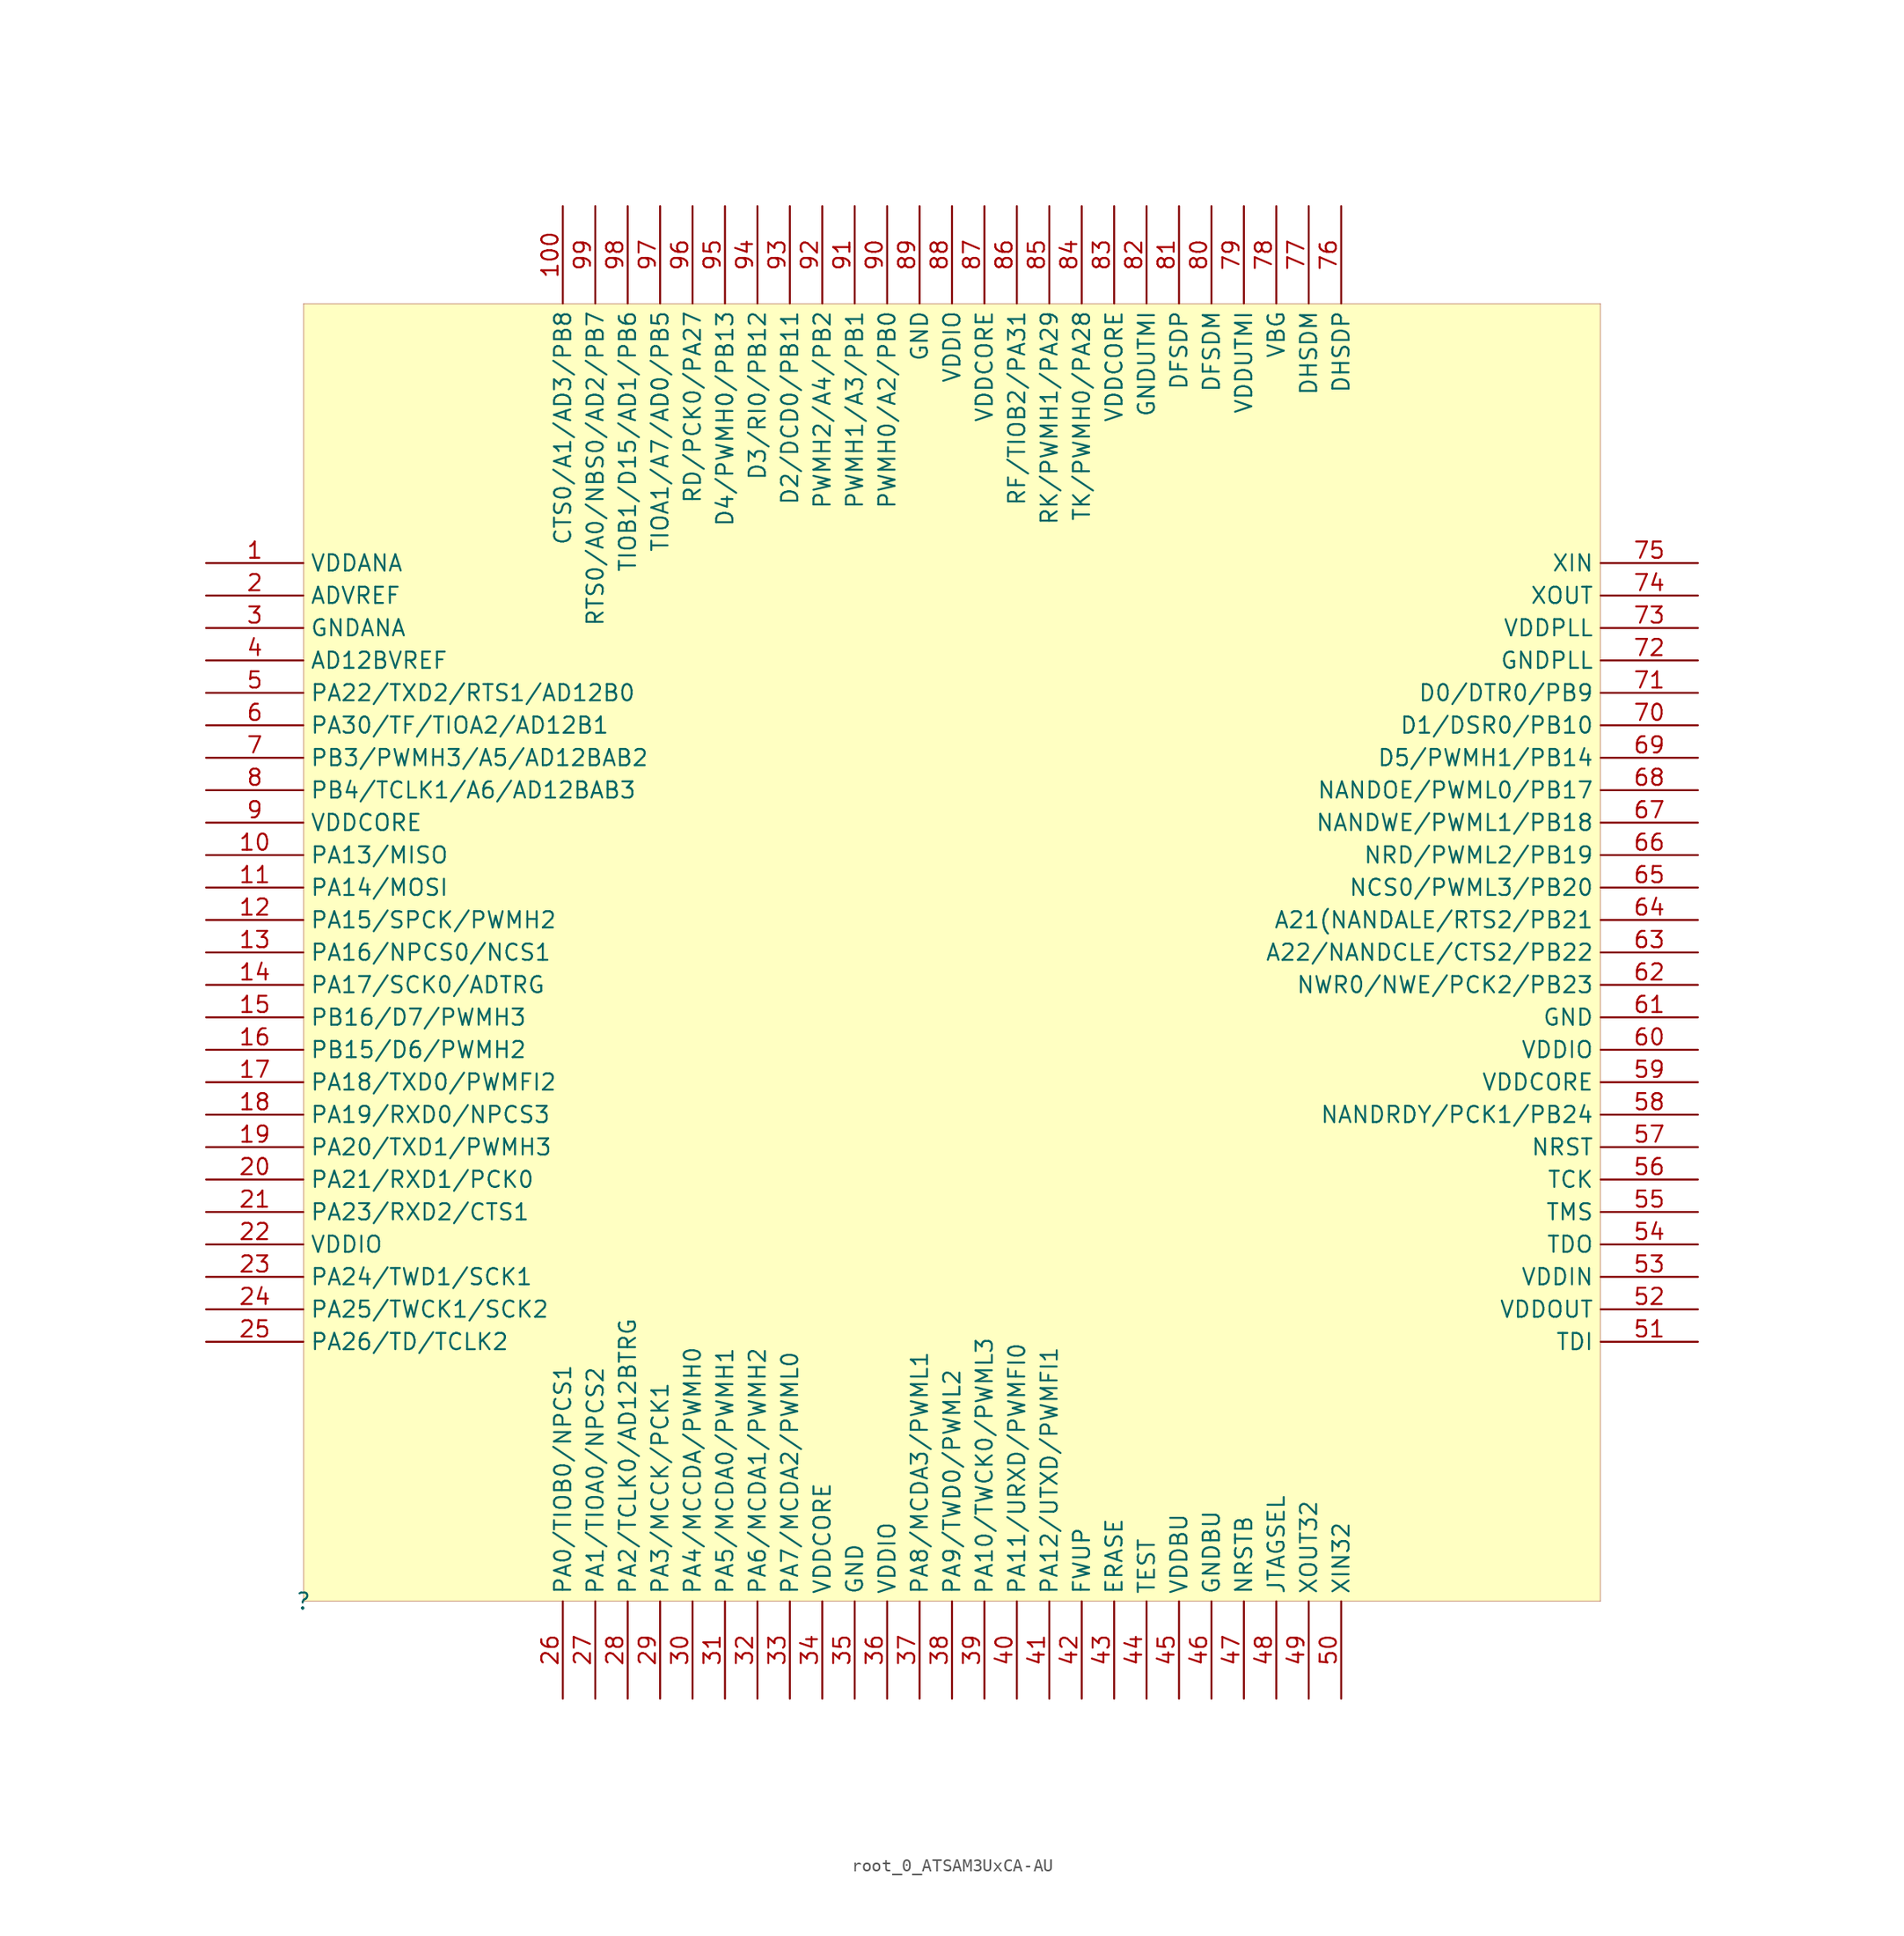
<source format=kicad_sym>
(kicad_symbol_lib
  (version 20231120)
  (generator "kicad_symbol_editor")
  (generator_version "8.0")
  (symbol "root_0_ATSAM3UxCA-AU"
    (property "Reference" ""
      (at 0 0 0)
      (effects (font (size 1.27 1.27))))
    (property "Value" ""
      (at 0 0 0)
      (effects (font (size 1.27 1.27))))
    (symbol "root_0_ATSAM3UxCA-AU_1_0"
      (rectangle (start 101.6 101.6) (end 0 0) (stroke (width 0.025) (type solid) (color 128 0 0 1)) (fill (type background)))
      (pin power_in line (at -7.62 81.28 0) (length 7.62) (name "VDDANA" (effects (font (size 1.27 1.27)))) (number "1" (effects (font (size 1.27 1.27)))))
      (pin bidirectional line (at -7.62 58.42 0) (length 7.62) (name "PA13/MISO" (effects (font (size 1.27 1.27)))) (number "10" (effects (font (size 1.27 1.27)))))
      (pin bidirectional line (at 20.32 109.22 270) (length 7.62) (name "CTS0/A1/AD3/PB8" (effects (font (size 1.27 1.27)))) (number "100" (effects (font (size 1.27 1.27)))))
      (pin bidirectional line (at -7.62 55.88 0) (length 7.62) (name "PA14/MOSI" (effects (font (size 1.27 1.27)))) (number "11" (effects (font (size 1.27 1.27)))))
      (pin bidirectional line (at -7.62 53.34 0) (length 7.62) (name "PA15/SPCK/PWMH2" (effects (font (size 1.27 1.27)))) (number "12" (effects (font (size 1.27 1.27)))))
      (pin bidirectional line (at -7.62 50.8 0) (length 7.62) (name "PA16/NPCS0/NCS1" (effects (font (size 1.27 1.27)))) (number "13" (effects (font (size 1.27 1.27)))))
      (pin bidirectional line (at -7.62 48.26 0) (length 7.62) (name "PA17/SCK0/ADTRG" (effects (font (size 1.27 1.27)))) (number "14" (effects (font (size 1.27 1.27)))))
      (pin bidirectional line (at -7.62 45.72 0) (length 7.62) (name "PB16/D7/PWMH3" (effects (font (size 1.27 1.27)))) (number "15" (effects (font (size 1.27 1.27)))))
      (pin bidirectional line (at -7.62 43.18 0) (length 7.62) (name "PB15/D6/PWMH2" (effects (font (size 1.27 1.27)))) (number "16" (effects (font (size 1.27 1.27)))))
      (pin bidirectional line (at -7.62 40.64 0) (length 7.62) (name "PA18/TXD0/PWMFI2" (effects (font (size 1.27 1.27)))) (number "17" (effects (font (size 1.27 1.27)))))
      (pin bidirectional line (at -7.62 38.1 0) (length 7.62) (name "PA19/RXD0/NPCS3" (effects (font (size 1.27 1.27)))) (number "18" (effects (font (size 1.27 1.27)))))
      (pin bidirectional line (at -7.62 35.56 0) (length 7.62) (name "PA20/TXD1/PWMH3" (effects (font (size 1.27 1.27)))) (number "19" (effects (font (size 1.27 1.27)))))
      (pin input line (at -7.62 78.74 0) (length 7.62) (name "ADVREF" (effects (font (size 1.27 1.27)))) (number "2" (effects (font (size 1.27 1.27)))))
      (pin bidirectional line (at -7.62 33.02 0) (length 7.62) (name "PA21/RXD1/PCK0" (effects (font (size 1.27 1.27)))) (number "20" (effects (font (size 1.27 1.27)))))
      (pin bidirectional line (at -7.62 30.48 0) (length 7.62) (name "PA23/RXD2/CTS1" (effects (font (size 1.27 1.27)))) (number "21" (effects (font (size 1.27 1.27)))))
      (pin power_in line (at -7.62 27.94 0) (length 7.62) (name "VDDIO" (effects (font (size 1.27 1.27)))) (number "22" (effects (font (size 1.27 1.27)))))
      (pin bidirectional line (at -7.62 25.4 0) (length 7.62) (name "PA24/TWD1/SCK1" (effects (font (size 1.27 1.27)))) (number "23" (effects (font (size 1.27 1.27)))))
      (pin bidirectional line (at -7.62 22.86 0) (length 7.62) (name "PA25/TWCK1/SCK2" (effects (font (size 1.27 1.27)))) (number "24" (effects (font (size 1.27 1.27)))))
      (pin bidirectional line (at -7.62 20.32 0) (length 7.62) (name "PA26/TD/TCLK2" (effects (font (size 1.27 1.27)))) (number "25" (effects (font (size 1.27 1.27)))))
      (pin bidirectional line (at 20.32 -7.62 90) (length 7.62) (name "PA0/TIOB0/NPCS1" (effects (font (size 1.27 1.27)))) (number "26" (effects (font (size 1.27 1.27)))))
      (pin bidirectional line (at 22.86 -7.62 90) (length 7.62) (name "PA1/TIOA0/NPCS2" (effects (font (size 1.27 1.27)))) (number "27" (effects (font (size 1.27 1.27)))))
      (pin bidirectional line (at 25.4 -7.62 90) (length 7.62) (name "PA2/TCLK0/AD12BTRG" (effects (font (size 1.27 1.27)))) (number "28" (effects (font (size 1.27 1.27)))))
      (pin bidirectional line (at 27.94 -7.62 90) (length 7.62) (name "PA3/MCCK/PCK1" (effects (font (size 1.27 1.27)))) (number "29" (effects (font (size 1.27 1.27)))))
      (pin power_in line (at -7.62 76.2 0) (length 7.62) (name "GNDANA" (effects (font (size 1.27 1.27)))) (number "3" (effects (font (size 1.27 1.27)))))
      (pin bidirectional line (at 30.48 -7.62 90) (length 7.62) (name "PA4/MCCDA/PWMH0" (effects (font (size 1.27 1.27)))) (number "30" (effects (font (size 1.27 1.27)))))
      (pin bidirectional line (at 33.02 -7.62 90) (length 7.62) (name "PA5/MCDA0/PWMH1" (effects (font (size 1.27 1.27)))) (number "31" (effects (font (size 1.27 1.27)))))
      (pin bidirectional line (at 35.56 -7.62 90) (length 7.62) (name "PA6/MCDA1/PWMH2" (effects (font (size 1.27 1.27)))) (number "32" (effects (font (size 1.27 1.27)))))
      (pin bidirectional line (at 38.1 -7.62 90) (length 7.62) (name "PA7/MCDA2/PWML0" (effects (font (size 1.27 1.27)))) (number "33" (effects (font (size 1.27 1.27)))))
      (pin power_in line (at 40.64 -7.62 90) (length 7.62) (name "VDDCORE" (effects (font (size 1.27 1.27)))) (number "34" (effects (font (size 1.27 1.27)))))
      (pin power_in line (at 43.18 -7.62 90) (length 7.62) (name "GND" (effects (font (size 1.27 1.27)))) (number "35" (effects (font (size 1.27 1.27)))))
      (pin power_in line (at 45.72 -7.62 90) (length 7.62) (name "VDDIO" (effects (font (size 1.27 1.27)))) (number "36" (effects (font (size 1.27 1.27)))))
      (pin bidirectional line (at 48.26 -7.62 90) (length 7.62) (name "PA8/MCDA3/PWML1" (effects (font (size 1.27 1.27)))) (number "37" (effects (font (size 1.27 1.27)))))
      (pin bidirectional line (at 50.8 -7.62 90) (length 7.62) (name "PA9/TWD0/PWML2" (effects (font (size 1.27 1.27)))) (number "38" (effects (font (size 1.27 1.27)))))
      (pin bidirectional line (at 53.34 -7.62 90) (length 7.62) (name "PA10/TWCK0/PWML3" (effects (font (size 1.27 1.27)))) (number "39" (effects (font (size 1.27 1.27)))))
      (pin bidirectional line (at -7.62 73.66 0) (length 7.62) (name "AD12BVREF" (effects (font (size 1.27 1.27)))) (number "4" (effects (font (size 1.27 1.27)))))
      (pin bidirectional line (at 55.88 -7.62 90) (length 7.62) (name "PA11/URXD/PWMFI0" (effects (font (size 1.27 1.27)))) (number "40" (effects (font (size 1.27 1.27)))))
      (pin bidirectional line (at 58.42 -7.62 90) (length 7.62) (name "PA12/UTXD/PWMFI1" (effects (font (size 1.27 1.27)))) (number "41" (effects (font (size 1.27 1.27)))))
      (pin input line (at 60.96 -7.62 90) (length 7.62) (name "FWUP" (effects (font (size 1.27 1.27)))) (number "42" (effects (font (size 1.27 1.27)))))
      (pin input line (at 63.5 -7.62 90) (length 7.62) (name "ERASE" (effects (font (size 1.27 1.27)))) (number "43" (effects (font (size 1.27 1.27)))))
      (pin input line (at 66.04 -7.62 90) (length 7.62) (name "TEST" (effects (font (size 1.27 1.27)))) (number "44" (effects (font (size 1.27 1.27)))))
      (pin power_in line (at 68.58 -7.62 90) (length 7.62) (name "VDDBU" (effects (font (size 1.27 1.27)))) (number "45" (effects (font (size 1.27 1.27)))))
      (pin power_in line (at 71.12 -7.62 90) (length 7.62) (name "GNDBU" (effects (font (size 1.27 1.27)))) (number "46" (effects (font (size 1.27 1.27)))))
      (pin input line (at 73.66 -7.62 90) (length 7.62) (name "NRSTB" (effects (font (size 1.27 1.27)))) (number "47" (effects (font (size 1.27 1.27)))))
      (pin input line (at 76.2 -7.62 90) (length 7.62) (name "JTAGSEL" (effects (font (size 1.27 1.27)))) (number "48" (effects (font (size 1.27 1.27)))))
      (pin output line (at 78.74 -7.62 90) (length 7.62) (name "XOUT32" (effects (font (size 1.27 1.27)))) (number "49" (effects (font (size 1.27 1.27)))))
      (pin bidirectional line (at -7.62 71.12 0) (length 7.62) (name "PA22/TXD2/RTS1/AD12B0" (effects (font (size 1.27 1.27)))) (number "5" (effects (font (size 1.27 1.27)))))
      (pin input line (at 81.28 -7.62 90) (length 7.62) (name "XIN32" (effects (font (size 1.27 1.27)))) (number "50" (effects (font (size 1.27 1.27)))))
      (pin input line (at 109.22 20.32 180) (length 7.62) (name "TDI" (effects (font (size 1.27 1.27)))) (number "51" (effects (font (size 1.27 1.27)))))
      (pin power_in line (at 109.22 22.86 180) (length 7.62) (name "VDDOUT" (effects (font (size 1.27 1.27)))) (number "52" (effects (font (size 1.27 1.27)))))
      (pin power_in line (at 109.22 25.4 180) (length 7.62) (name "VDDIN" (effects (font (size 1.27 1.27)))) (number "53" (effects (font (size 1.27 1.27)))))
      (pin output line (at 109.22 27.94 180) (length 7.62) (name "TDO" (effects (font (size 1.27 1.27)))) (number "54" (effects (font (size 1.27 1.27)))))
      (pin input line (at 109.22 30.48 180) (length 7.62) (name "TMS" (effects (font (size 1.27 1.27)))) (number "55" (effects (font (size 1.27 1.27)))))
      (pin input line (at 109.22 33.02 180) (length 7.62) (name "TCK" (effects (font (size 1.27 1.27)))) (number "56" (effects (font (size 1.27 1.27)))))
      (pin bidirectional line (at 109.22 35.56 180) (length 7.62) (name "NRST" (effects (font (size 1.27 1.27)))) (number "57" (effects (font (size 1.27 1.27)))))
      (pin bidirectional line (at 109.22 38.1 180) (length 7.62) (name "NANDRDY/PCK1/PB24" (effects (font (size 1.27 1.27)))) (number "58" (effects (font (size 1.27 1.27)))))
      (pin power_in line (at 109.22 40.64 180) (length 7.62) (name "VDDCORE" (effects (font (size 1.27 1.27)))) (number "59" (effects (font (size 1.27 1.27)))))
      (pin bidirectional line (at -7.62 68.58 0) (length 7.62) (name "PA30/TF/TIOA2/AD12B1" (effects (font (size 1.27 1.27)))) (number "6" (effects (font (size 1.27 1.27)))))
      (pin power_in line (at 109.22 43.18 180) (length 7.62) (name "VDDIO" (effects (font (size 1.27 1.27)))) (number "60" (effects (font (size 1.27 1.27)))))
      (pin power_in line (at 109.22 45.72 180) (length 7.62) (name "GND" (effects (font (size 1.27 1.27)))) (number "61" (effects (font (size 1.27 1.27)))))
      (pin bidirectional line (at 109.22 48.26 180) (length 7.62) (name "NWR0/NWE/PCK2/PB23" (effects (font (size 1.27 1.27)))) (number "62" (effects (font (size 1.27 1.27)))))
      (pin bidirectional line (at 109.22 50.8 180) (length 7.62) (name "A22/NANDCLE/CTS2/PB22" (effects (font (size 1.27 1.27)))) (number "63" (effects (font (size 1.27 1.27)))))
      (pin bidirectional line (at 109.22 53.34 180) (length 7.62) (name "A21(NANDALE/RTS2/PB21" (effects (font (size 1.27 1.27)))) (number "64" (effects (font (size 1.27 1.27)))))
      (pin bidirectional line (at 109.22 55.88 180) (length 7.62) (name "NCS0/PWML3/PB20" (effects (font (size 1.27 1.27)))) (number "65" (effects (font (size 1.27 1.27)))))
      (pin bidirectional line (at 109.22 58.42 180) (length 7.62) (name "NRD/PWML2/PB19" (effects (font (size 1.27 1.27)))) (number "66" (effects (font (size 1.27 1.27)))))
      (pin bidirectional line (at 109.22 60.96 180) (length 7.62) (name "NANDWE/PWML1/PB18" (effects (font (size 1.27 1.27)))) (number "67" (effects (font (size 1.27 1.27)))))
      (pin bidirectional line (at 109.22 63.5 180) (length 7.62) (name "NANDOE/PWML0/PB17" (effects (font (size 1.27 1.27)))) (number "68" (effects (font (size 1.27 1.27)))))
      (pin bidirectional line (at 109.22 66.04 180) (length 7.62) (name "D5/PWMH1/PB14" (effects (font (size 1.27 1.27)))) (number "69" (effects (font (size 1.27 1.27)))))
      (pin bidirectional line (at -7.62 66.04 0) (length 7.62) (name "PB3/PWMH3/A5/AD12BAB2" (effects (font (size 1.27 1.27)))) (number "7" (effects (font (size 1.27 1.27)))))
      (pin bidirectional line (at 109.22 68.58 180) (length 7.62) (name "D1/DSR0/PB10" (effects (font (size 1.27 1.27)))) (number "70" (effects (font (size 1.27 1.27)))))
      (pin bidirectional line (at 109.22 71.12 180) (length 7.62) (name "D0/DTR0/PB9" (effects (font (size 1.27 1.27)))) (number "71" (effects (font (size 1.27 1.27)))))
      (pin power_in line (at 109.22 73.66 180) (length 7.62) (name "GNDPLL" (effects (font (size 1.27 1.27)))) (number "72" (effects (font (size 1.27 1.27)))))
      (pin power_in line (at 109.22 76.2 180) (length 7.62) (name "VDDPLL" (effects (font (size 1.27 1.27)))) (number "73" (effects (font (size 1.27 1.27)))))
      (pin output line (at 109.22 78.74 180) (length 7.62) (name "XOUT" (effects (font (size 1.27 1.27)))) (number "74" (effects (font (size 1.27 1.27)))))
      (pin input line (at 109.22 81.28 180) (length 7.62) (name "XIN" (effects (font (size 1.27 1.27)))) (number "75" (effects (font (size 1.27 1.27)))))
      (pin bidirectional line (at 81.28 109.22 270) (length 7.62) (name "DHSDP" (effects (font (size 1.27 1.27)))) (number "76" (effects (font (size 1.27 1.27)))))
      (pin bidirectional line (at 78.74 109.22 270) (length 7.62) (name "DHSDM" (effects (font (size 1.27 1.27)))) (number "77" (effects (font (size 1.27 1.27)))))
      (pin power_in line (at 76.2 109.22 270) (length 7.62) (name "VBG" (effects (font (size 1.27 1.27)))) (number "78" (effects (font (size 1.27 1.27)))))
      (pin power_in line (at 73.66 109.22 270) (length 7.62) (name "VDDUTMI" (effects (font (size 1.27 1.27)))) (number "79" (effects (font (size 1.27 1.27)))))
      (pin bidirectional line (at -7.62 63.5 0) (length 7.62) (name "PB4/TCLK1/A6/AD12BAB3" (effects (font (size 1.27 1.27)))) (number "8" (effects (font (size 1.27 1.27)))))
      (pin bidirectional line (at 71.12 109.22 270) (length 7.62) (name "DFSDM" (effects (font (size 1.27 1.27)))) (number "80" (effects (font (size 1.27 1.27)))))
      (pin bidirectional line (at 68.58 109.22 270) (length 7.62) (name "DFSDP" (effects (font (size 1.27 1.27)))) (number "81" (effects (font (size 1.27 1.27)))))
      (pin power_in line (at 66.04 109.22 270) (length 7.62) (name "GNDUTMI" (effects (font (size 1.27 1.27)))) (number "82" (effects (font (size 1.27 1.27)))))
      (pin power_in line (at 63.5 109.22 270) (length 7.62) (name "VDDCORE" (effects (font (size 1.27 1.27)))) (number "83" (effects (font (size 1.27 1.27)))))
      (pin bidirectional line (at 60.96 109.22 270) (length 7.62) (name "TK/PWMH0/PA28" (effects (font (size 1.27 1.27)))) (number "84" (effects (font (size 1.27 1.27)))))
      (pin bidirectional line (at 58.42 109.22 270) (length 7.62) (name "RK/PWMH1/PA29" (effects (font (size 1.27 1.27)))) (number "85" (effects (font (size 1.27 1.27)))))
      (pin bidirectional line (at 55.88 109.22 270) (length 7.62) (name "RF/TIOB2/PA31" (effects (font (size 1.27 1.27)))) (number "86" (effects (font (size 1.27 1.27)))))
      (pin power_in line (at 53.34 109.22 270) (length 7.62) (name "VDDCORE" (effects (font (size 1.27 1.27)))) (number "87" (effects (font (size 1.27 1.27)))))
      (pin power_in line (at 50.8 109.22 270) (length 7.62) (name "VDDIO" (effects (font (size 1.27 1.27)))) (number "88" (effects (font (size 1.27 1.27)))))
      (pin power_in line (at 48.26 109.22 270) (length 7.62) (name "GND" (effects (font (size 1.27 1.27)))) (number "89" (effects (font (size 1.27 1.27)))))
      (pin power_in line (at -7.62 60.96 0) (length 7.62) (name "VDDCORE" (effects (font (size 1.27 1.27)))) (number "9" (effects (font (size 1.27 1.27)))))
      (pin bidirectional line (at 45.72 109.22 270) (length 7.62) (name "PWMH0/A2/PB0" (effects (font (size 1.27 1.27)))) (number "90" (effects (font (size 1.27 1.27)))))
      (pin bidirectional line (at 43.18 109.22 270) (length 7.62) (name "PWMH1/A3/PB1" (effects (font (size 1.27 1.27)))) (number "91" (effects (font (size 1.27 1.27)))))
      (pin bidirectional line (at 40.64 109.22 270) (length 7.62) (name "PWMH2/A4/PB2" (effects (font (size 1.27 1.27)))) (number "92" (effects (font (size 1.27 1.27)))))
      (pin bidirectional line (at 38.1 109.22 270) (length 7.62) (name "D2/DCD0/PB11" (effects (font (size 1.27 1.27)))) (number "93" (effects (font (size 1.27 1.27)))))
      (pin bidirectional line (at 35.56 109.22 270) (length 7.62) (name "D3/RI0/PB12" (effects (font (size 1.27 1.27)))) (number "94" (effects (font (size 1.27 1.27)))))
      (pin bidirectional line (at 33.02 109.22 270) (length 7.62) (name "D4/PWMH0/PB13" (effects (font (size 1.27 1.27)))) (number "95" (effects (font (size 1.27 1.27)))))
      (pin bidirectional line (at 30.48 109.22 270) (length 7.62) (name "RD/PCK0/PA27" (effects (font (size 1.27 1.27)))) (number "96" (effects (font (size 1.27 1.27)))))
      (pin bidirectional line (at 27.94 109.22 270) (length 7.62) (name "TIOA1/A7/AD0/PB5" (effects (font (size 1.27 1.27)))) (number "97" (effects (font (size 1.27 1.27)))))
      (pin bidirectional line (at 25.4 109.22 270) (length 7.62) (name "TIOB1/D15/AD1/PB6" (effects (font (size 1.27 1.27)))) (number "98" (effects (font (size 1.27 1.27)))))
      (pin bidirectional line (at 22.86 109.22 270) (length 7.62) (name "RTS0/A0/NBS0/AD2/PB7" (effects (font (size 1.27 1.27)))) (number "99" (effects (font (size 1.27 1.27))))))))
</source>
